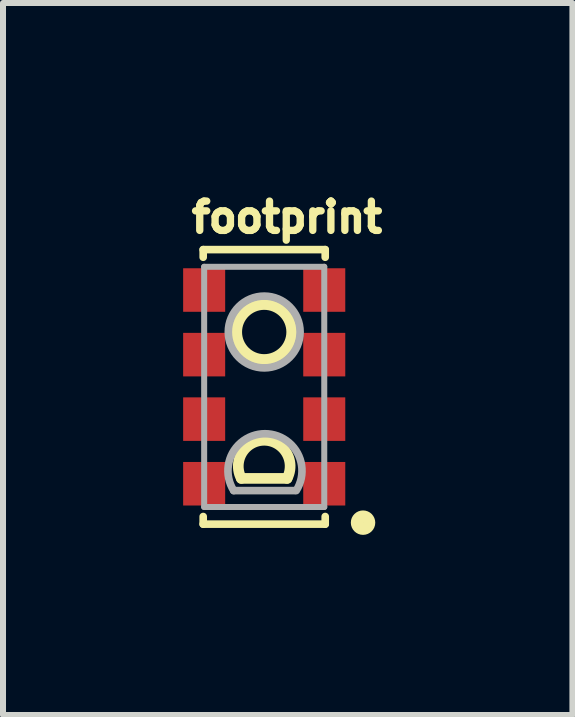
<source format=kicad_pcb>
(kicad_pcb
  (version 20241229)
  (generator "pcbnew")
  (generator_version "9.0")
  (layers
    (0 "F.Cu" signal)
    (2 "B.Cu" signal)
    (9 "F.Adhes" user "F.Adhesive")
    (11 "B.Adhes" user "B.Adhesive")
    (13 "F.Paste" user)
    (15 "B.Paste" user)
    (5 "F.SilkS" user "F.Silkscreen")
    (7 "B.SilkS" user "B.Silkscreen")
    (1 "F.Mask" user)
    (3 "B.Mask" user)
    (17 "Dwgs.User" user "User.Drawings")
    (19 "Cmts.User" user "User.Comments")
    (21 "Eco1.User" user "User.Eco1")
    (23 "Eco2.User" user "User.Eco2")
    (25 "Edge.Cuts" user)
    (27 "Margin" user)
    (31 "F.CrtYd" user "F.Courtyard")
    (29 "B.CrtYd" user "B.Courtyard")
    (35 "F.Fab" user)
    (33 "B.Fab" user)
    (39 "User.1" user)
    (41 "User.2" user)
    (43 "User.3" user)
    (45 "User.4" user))
  (footprint "footprint"
    (layer "F.Cu")
    (at 1.35 3.393)
    (property "Reference" "footprint" (at -1.27 -2.54 0) (layer "F.SilkS") (effects (font (size 0.488 0.488) (thickness 0.122)) (justify left bottom)))
    (fp_line (start -1.016 -2.286) (end -1.016 -2.159) (stroke (width 0.127) (type solid)) (layer "F.SilkS"))
    (fp_line (start -1.016 -2.286) (end 1.016 -2.286) (stroke (width 0.127) (type solid)) (layer "F.SilkS"))
    (fp_line (start -1.016 2.159) (end -1.016 2.286) (stroke (width 0.127) (type solid)) (layer "F.SilkS"))
    (fp_line (start -1.016 2.286) (end 1.016 2.286) (stroke (width 0.127) (type solid)) (layer "F.SilkS"))
    (fp_line (start -0.381 1.524) (end 0.381 1.524) (stroke (width 0.178) (type solid)) (layer "F.SilkS"))
    (fp_line (start 1.016 -2.286) (end 1.016 -2.159) (stroke (width 0.127) (type solid)) (layer "F.SilkS"))
    (fp_line (start 1.016 2.286) (end 1.016 2.159) (stroke (width 0.127) (type solid)) (layer "F.SilkS"))
    (fp_arc (start -0.381 1.524) (mid -0.000001 0.888999) (end 0.381001 1.523998) (stroke (width 0.1778) (type solid)) (layer "F.SilkS"))
    (fp_circle (center 0 -0.914) (end 0.458 -0.914) (stroke (width 0.178) (type solid)) (fill no) (layer "F.SilkS"))
    (fp_circle (center 1.646 2.261) (end 1.748 2.261) (stroke (width 0.203) (type solid)) (fill no) (layer "F.SilkS"))
    (fp_line (start -1 -2) (end -1 2) (stroke (width 0.1) (type solid)) (layer "F.Fab"))
    (fp_line (start -1 -2) (end 1 -2) (stroke (width 0.1) (type solid)) (layer "F.Fab"))
    (fp_line (start -0.508 1.727) (end 0.508 1.727) (stroke (width 0.127) (type solid)) (layer "F.Fab"))
    (fp_line (start 1 -2) (end 1 2) (stroke (width 0.1) (type solid)) (layer "F.Fab"))
    (fp_line (start 1 2) (end -1 2) (stroke (width 0.1) (type solid)) (layer "F.Fab"))
    (fp_arc (start -0.508 1.7272) (mid 0.0127 0.780428) (end 0.5334 1.7272) (stroke (width 0.127) (type solid)) (layer "F.Fab"))
    (fp_circle (center 0 -0.914) (end 0.598 -0.914) (stroke (width 0.127) (type solid)) (fill no) (layer "F.Fab"))
    (pad "1" smd rect (at 1 1.613) (size 0.7 0.725) (layers "F.Cu" "F.Mask" "F.Paste"))
    (pad "2" smd rect (at 1 0.537) (size 0.7 0.725) (layers "F.Cu" "F.Mask" "F.Paste"))
    (pad "3" smd rect (at 1 -0.537) (size 0.7 0.725) (layers "F.Cu" "F.Mask" "F.Paste"))
    (pad "4" smd rect (at 1 -1.613) (size 0.7 0.725) (layers "F.Cu" "F.Mask" "F.Paste"))
    (pad "5" smd rect (at -1 -1.613) (size 0.7 0.725) (layers "F.Cu" "F.Mask" "F.Paste"))
    (pad "6" smd rect (at -1 -0.537) (size 0.7 0.725) (layers "F.Cu" "F.Mask" "F.Paste"))
    (pad "7" smd rect (at -1 0.537) (size 0.7 0.725) (layers "F.Cu" "F.Mask" "F.Paste"))
    (pad "8" smd rect (at -1 1.613) (size 0.7 0.725) (layers "F.Cu" "F.Mask" "F.Paste")))
  (gr_rect
    (start -3 -3)
    (end 6.483 8.857)
    (stroke (width 0.1) (type default))
    (fill no)
    (layer "Edge.Cuts")))
</source>
